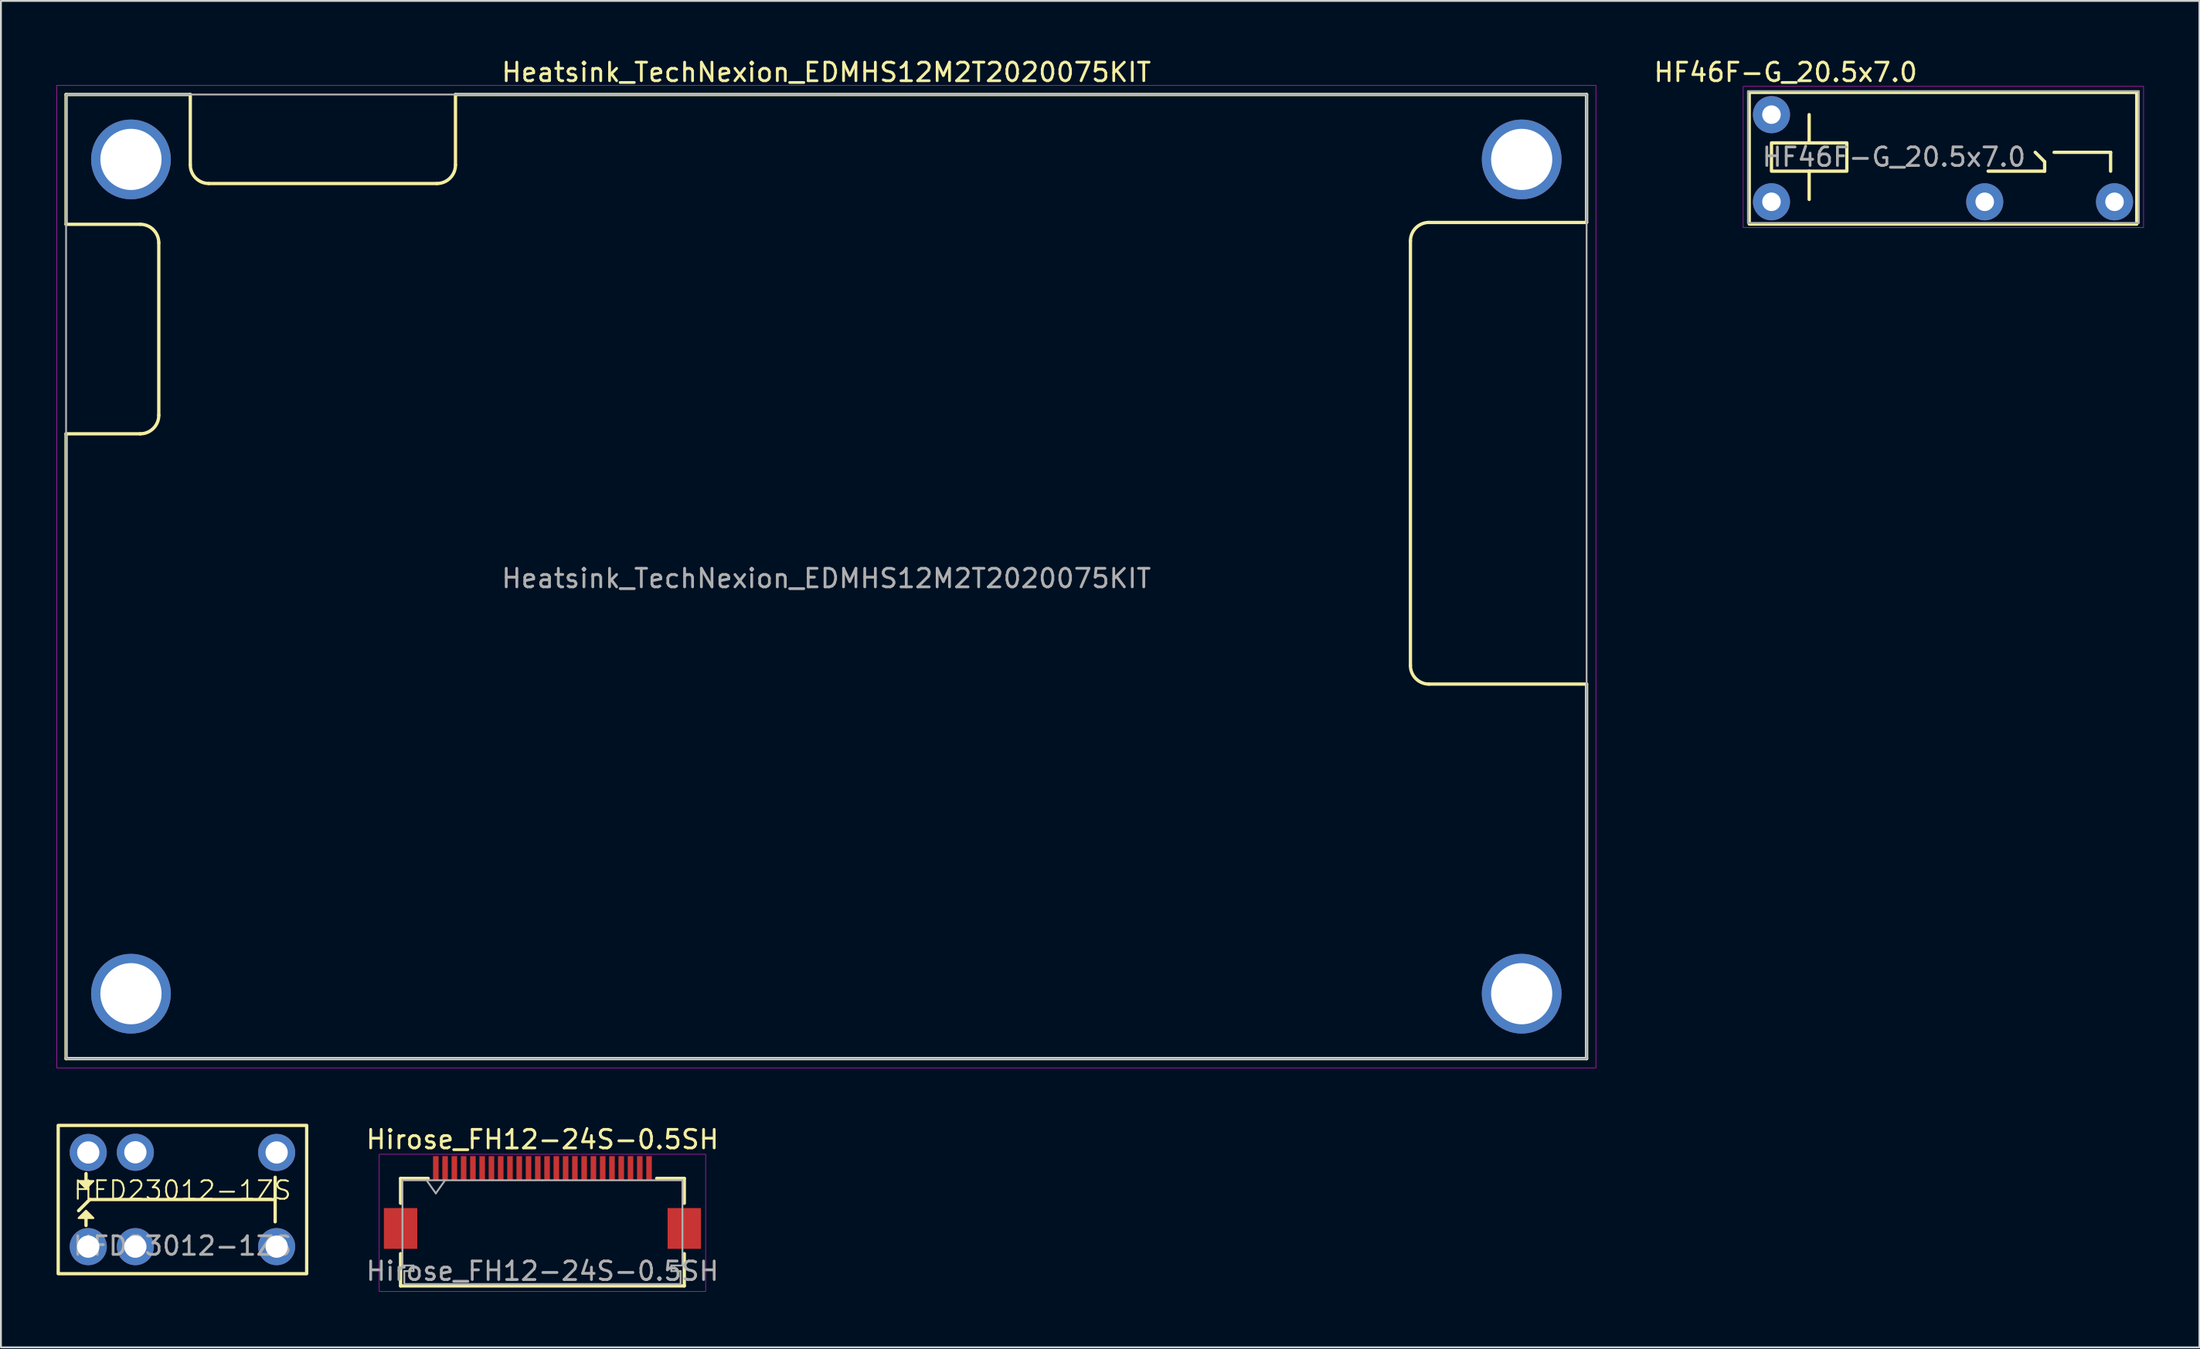
<source format=kicad_pcb>
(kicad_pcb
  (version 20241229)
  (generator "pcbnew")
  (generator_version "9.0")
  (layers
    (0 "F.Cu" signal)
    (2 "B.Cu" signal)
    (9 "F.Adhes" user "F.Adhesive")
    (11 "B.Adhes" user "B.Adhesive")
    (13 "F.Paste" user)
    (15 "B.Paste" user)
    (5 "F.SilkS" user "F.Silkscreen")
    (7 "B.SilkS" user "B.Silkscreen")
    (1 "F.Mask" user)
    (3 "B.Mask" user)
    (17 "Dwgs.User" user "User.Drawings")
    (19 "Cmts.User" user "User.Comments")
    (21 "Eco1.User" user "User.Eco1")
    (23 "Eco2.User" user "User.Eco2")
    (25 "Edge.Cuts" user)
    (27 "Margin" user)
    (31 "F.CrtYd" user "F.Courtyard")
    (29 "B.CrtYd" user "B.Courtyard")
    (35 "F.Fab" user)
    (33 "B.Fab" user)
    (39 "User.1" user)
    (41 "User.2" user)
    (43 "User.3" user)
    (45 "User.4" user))
  (footprint "HFD23012-1ZS"
    (layer "F.Cu")
    (at 6.789 61.65)
    (property "Reference" "HFD23012-1ZS" (at 0 -0.5 0) (unlocked yes) (layer "F.SilkS") (effects (font (size 1 1) (thickness 0.1))))
    (attr through_hole)
    (fp_line (start -5.6 0.6) (end -5 0) (stroke (width 0.178) (type solid)) (layer "F.SilkS"))
    (fp_line (start -5.2 -1.4) (end -5.2 -1) (stroke (width 0.178) (type solid)) (layer "F.SilkS"))
    (fp_line (start -5.2 1.4) (end -5.2 1) (stroke (width 0.178) (type solid)) (layer "F.SilkS"))
    (fp_line (start -5 0) (end 5 0) (stroke (width 0.178) (type solid)) (layer "F.SilkS"))
    (fp_line (start 5 1.2) (end 5 -1.2) (stroke (width 0.178) (type solid)) (layer "F.SilkS"))
    (fp_rect (start -6.7 -4) (end 6.7 4) (stroke (width 0.178) (type solid)) (fill no) (layer "F.SilkS"))
    (fp_poly (pts (xy -5.6 -1) (xy -4.8 -1) (xy -5.2 -0.6)) (stroke (width 0.1) (type solid)) (fill yes) (layer "F.SilkS"))
    (fp_poly (pts (xy -4.8 1) (xy -5.6 1) (xy -5.2 0.6)) (stroke (width 0.1) (type solid)) (fill yes) (layer "F.SilkS"))
    (fp_text user "${REFERENCE}" (at 0 2.5 0) (unlocked yes) (layer "F.Fab") (effects (font (size 1 1) (thickness 0.15))))
    (pad "1" thru_hole circle (at -5.08 -2.54) (size 2 2) (drill 1.2) (layers "*.Cu" "*.Mask"))
    (pad "2" thru_hole circle (at -2.54 -2.55) (size 2 2) (drill 1.2) (layers "*.Cu" "*.Mask"))
    (pad "3" thru_hole circle (at 5.08 -2.54) (size 2 2) (drill 1.2) (layers "*.Cu" "*.Mask"))
    (pad "4" thru_hole circle (at 5.08 2.54) (size 2 2) (drill 1.2) (layers "*.Cu" "*.Mask"))
    (pad "5" thru_hole circle (at -2.54 2.54) (size 2 2) (drill 1.2) (layers "*.Cu" "*.Mask"))
    (pad "6" thru_hole circle (at -5.08 2.54) (size 2 2) (drill 1.2) (layers "*.Cu" "*.Mask")))
  (footprint "Heatsink_TechNexion_EDMHS12M2T2020075KIT"
    (layer "F.Cu")
    (at 41.513 28.048)
    (property "Reference" "Heatsink_TechNexion_EDMHS12M2T2020075KIT" (at 0 -27.2 0) (unlocked yes) (layer "F.SilkS") (effects (font (size 1 1) (thickness 0.15))))
    (attr through_hole)
    (fp_line (start -41 -26) (end -34.3 -26) (stroke (width 0.178) (type solid)) (layer "F.SilkS"))
    (fp_line (start -41 -19) (end -41 -26) (stroke (width 0.178) (type solid)) (layer "F.SilkS"))
    (fp_line (start -41 26) (end -41 -7.7) (stroke (width 0.178) (type solid)) (layer "F.SilkS"))
    (fp_line (start -41 26) (end 41 26) (stroke (width 0.178) (type solid)) (layer "F.SilkS"))
    (fp_line (start -37 -19) (end -41 -19) (stroke (width 0.178) (type solid)) (layer "F.SilkS"))
    (fp_line (start -37 -7.7) (end -41 -7.7) (stroke (width 0.178) (type solid)) (layer "F.SilkS"))
    (fp_line (start -36 -8.7) (end -36 -18) (stroke (width 0.178) (type solid)) (layer "F.SilkS"))
    (fp_line (start -34.3 -26) (end -34.3 -22.2) (stroke (width 0.178) (type solid)) (layer "F.SilkS"))
    (fp_line (start -33.3 -21.2) (end -21 -21.2) (stroke (width 0.178) (type solid)) (layer "F.SilkS"))
    (fp_line (start -20 -26) (end 41 -26) (stroke (width 0.178) (type solid)) (layer "F.SilkS"))
    (fp_line (start -20 -22.2) (end -20 -26) (stroke (width 0.178) (type solid)) (layer "F.SilkS"))
    (fp_line (start 31.5 4.8) (end 31.5 -18.1) (stroke (width 0.178) (type solid)) (layer "F.SilkS"))
    (fp_line (start 32.5 -19.1) (end 41 -19.1) (stroke (width 0.178) (type solid)) (layer "F.SilkS"))
    (fp_line (start 41 -19.1) (end 41 -26) (stroke (width 0.178) (type solid)) (layer "F.SilkS"))
    (fp_line (start 41 5.8) (end 32.5 5.8) (stroke (width 0.178) (type solid)) (layer "F.SilkS"))
    (fp_line (start 41 26) (end 41 5.8) (stroke (width 0.178) (type solid)) (layer "F.SilkS"))
    (fp_arc (start -37 -19) (mid -36.292894 -18.707107) (end -36 -18) (stroke (width 0.1778) (type solid)) (layer "F.SilkS"))
    (fp_arc (start -36 -8.7) (mid -36.292893 -7.992894) (end -37 -7.7) (stroke (width 0.1778) (type solid)) (layer "F.SilkS"))
    (fp_arc (start -33.3 -21.2) (mid -34.007106 -21.492893) (end -34.3 -22.2) (stroke (width 0.1778) (type solid)) (layer "F.SilkS"))
    (fp_arc (start -20 -22.2) (mid -20.292893 -21.492894) (end -21 -21.2) (stroke (width 0.1778) (type solid)) (layer "F.SilkS"))
    (fp_arc (start 31.5 -18.1) (mid 31.792893 -18.807106) (end 32.5 -19.1) (stroke (width 0.1778) (type solid)) (layer "F.SilkS"))
    (fp_arc (start 32.5 5.8) (mid 31.792894 5.507107) (end 31.5 4.8) (stroke (width 0.1778) (type solid)) (layer "F.SilkS"))
    (fp_rect (start -41.5 -26.5) (end 41.5 26.5) (stroke (width 0.025) (type solid)) (fill no) (layer "F.CrtYd"))
    (fp_rect (start -41 -26) (end 41 26) (stroke (width 0.1) (type solid)) (fill no) (layer "F.Fab"))
    (fp_text user "${REFERENCE}" (at 0 0.1 0) (unlocked yes) (layer "F.Fab") (effects (font (size 1 1) (thickness 0.15))))
    (pad "1" thru_hole circle (at -37.5 -22.5) (size 4.3 4.3) (drill 3.3) (layers "*.Cu" "*.Mask"))
    (pad "2" thru_hole circle (at -37.5 22.5) (size 4.3 4.3) (drill 3.3) (layers "*.Cu" "*.Mask"))
    (pad "3" thru_hole circle (at 37.5 22.5) (size 4.3 4.3) (drill 3.3) (layers "*.Cu" "*.Mask"))
    (pad "4" thru_hole circle (at 37.5 -22.5) (size 4.3 4.3) (drill 3.3) (layers "*.Cu" "*.Mask")))
  (footprint "HF46F-G_20.5x7.0"
    (layer "F.Cu")
    (at 92.484 3.134)
    (property "Reference" "HF46F-G_20.5x7.0" (at 0.762 -2.286 0) (unlocked yes) (layer "F.SilkS") (effects (font (size 1 1) (thickness 0.15))))
    (attr through_hole)
    (fp_line (start 2.032 0) (end 2.032 1.524) (stroke (width 0.178) (type solid)) (layer "F.SilkS"))
    (fp_line (start 2.032 4.572) (end 2.032 3.048) (stroke (width 0.178) (type solid)) (layer "F.SilkS"))
    (fp_line (start 11.684 3.048) (end 14.732 3.048) (stroke (width 0.178) (type solid)) (layer "F.SilkS"))
    (fp_line (start 14.732 2.54) (end 14.224 2.032) (stroke (width 0.178) (type solid)) (layer "F.SilkS"))
    (fp_line (start 14.732 3.048) (end 14.732 2.54) (stroke (width 0.178) (type solid)) (layer "F.SilkS"))
    (fp_line (start 15.24 2.032) (end 18.288 2.032) (stroke (width 0.178) (type solid)) (layer "F.SilkS"))
    (fp_line (start 18.288 2.032) (end 18.288 3.048) (stroke (width 0.178) (type solid)) (layer "F.SilkS"))
    (fp_rect (start -1.2 -1.2) (end 19.7 5.9) (stroke (width 0.178) (type solid)) (fill no) (layer "F.SilkS"))
    (fp_rect (start 0 1.524) (end 4.064 3.048) (stroke (width 0.178) (type solid)) (fill no) (layer "F.SilkS"))
    (fp_rect (start -1.524 -1.524) (end 20.066 6.096) (stroke (width 0.025) (type solid)) (fill no) (layer "F.CrtYd"))
    (fp_rect (start -1.27 -1.27) (end 19.812 5.842) (stroke (width 0.1) (type solid)) (fill no) (layer "F.Fab"))
    (fp_text user "${REFERENCE}" (at 6.604 2.286 0) (unlocked yes) (layer "F.Fab") (effects (font (size 1 1) (thickness 0.15))))
    (pad "1" thru_hole circle (at 0 0) (size 2 2) (drill 1) (layers "*.Cu" "*.Mask"))
    (pad "2" thru_hole circle (at 0 4.7) (size 2 2) (drill 1) (layers "*.Cu" "*.Mask"))
    (pad "3" thru_hole circle (at 11.5 4.7) (size 2 2) (drill 1) (layers "*.Cu" "*.Mask"))
    (pad "4" thru_hole circle (at 18.5 4.7) (size 2 2) (drill 1) (layers "*.Cu" "*.Mask")))
  (footprint "Hirose_FH12-24S-0.5SH"
    (layer "F.Cu")
    (at 26.203 61.809)
    (property "Reference" "Hirose_FH12-24S-0.5SH" (at 0 -3.4 0) (layer "F.SilkS") (effects (font (size 1 1) (thickness 0.15))))
    (attr smd)
    (fp_line (start -7.65 -1.3) (end -7.65 0.04) (stroke (width 0.178) (type solid)) (layer "F.SilkS"))
    (fp_line (start -7.65 2.76) (end -7.65 4.5) (stroke (width 0.178) (type solid)) (layer "F.SilkS"))
    (fp_line (start -7.65 4.5) (end 7.65 4.5) (stroke (width 0.178) (type solid)) (layer "F.SilkS"))
    (fp_line (start -6.16 -1.3) (end -7.65 -1.3) (stroke (width 0.178) (type solid)) (layer "F.SilkS"))
    (fp_line (start 6.16 -1.3) (end 7.65 -1.3) (stroke (width 0.178) (type solid)) (layer "F.SilkS"))
    (fp_line (start 7.65 -1.3) (end 7.65 0.04) (stroke (width 0.178) (type solid)) (layer "F.SilkS"))
    (fp_line (start 7.65 4.5) (end 7.65 2.76) (stroke (width 0.178) (type solid)) (layer "F.SilkS"))
    (fp_rect (start -8.8 -2.6) (end 8.8 4.8) (stroke (width 0.025) (type default)) (fill no) (layer "F.CrtYd"))
    (fp_line (start -7.55 -1.2) (end -7.55 3.4) (stroke (width 0.1) (type solid)) (layer "F.Fab"))
    (fp_line (start -7.55 3.4) (end -6.95 3.4) (stroke (width 0.1) (type solid)) (layer "F.Fab"))
    (fp_line (start -7.45 3.7) (end -7.45 4.4) (stroke (width 0.1) (type solid)) (layer "F.Fab"))
    (fp_line (start -7.45 4.4) (end 0 4.4) (stroke (width 0.1) (type solid)) (layer "F.Fab"))
    (fp_line (start -6.95 3.4) (end -6.95 3.7) (stroke (width 0.1) (type solid)) (layer "F.Fab"))
    (fp_line (start -6.95 3.7) (end -7.45 3.7) (stroke (width 0.1) (type solid)) (layer "F.Fab"))
    (fp_line (start -6.25 -1.2) (end -5.75 -0.493) (stroke (width 0.1) (type solid)) (layer "F.Fab"))
    (fp_line (start -5.75 -0.493) (end -5.25 -1.2) (stroke (width 0.1) (type solid)) (layer "F.Fab"))
    (fp_line (start 0 -1.2) (end -7.55 -1.2) (stroke (width 0.1) (type solid)) (layer "F.Fab"))
    (fp_line (start 0 -1.2) (end 7.55 -1.2) (stroke (width 0.1) (type solid)) (layer "F.Fab"))
    (fp_line (start 6.95 3.4) (end 6.95 3.7) (stroke (width 0.1) (type solid)) (layer "F.Fab"))
    (fp_line (start 6.95 3.7) (end 7.45 3.7) (stroke (width 0.1) (type solid)) (layer "F.Fab"))
    (fp_line (start 7.45 3.7) (end 7.45 4.4) (stroke (width 0.1) (type solid)) (layer "F.Fab"))
    (fp_line (start 7.45 4.4) (end 0 4.4) (stroke (width 0.1) (type solid)) (layer "F.Fab"))
    (fp_line (start 7.55 -1.2) (end 7.55 3.4) (stroke (width 0.1) (type solid)) (layer "F.Fab"))
    (fp_line (start 7.55 3.4) (end 6.95 3.4) (stroke (width 0.1) (type solid)) (layer "F.Fab"))
    (fp_text user "${REFERENCE}" (at 0 3.7 0) (layer "F.Fab") (effects (font (size 1 1) (thickness 0.15))))
    (pad "1" smd rect (at 5.75 -1.85) (size 0.3 1.3) (layers "F.Cu" "F.Mask" "F.Paste"))
    (pad "2" smd rect (at 5.25 -1.85) (size 0.3 1.3) (layers "F.Cu" "F.Mask" "F.Paste"))
    (pad "3" smd rect (at 4.75 -1.85) (size 0.3 1.3) (layers "F.Cu" "F.Mask" "F.Paste"))
    (pad "4" smd rect (at 4.25 -1.85) (size 0.3 1.3) (layers "F.Cu" "F.Mask" "F.Paste"))
    (pad "5" smd rect (at 3.75 -1.85) (size 0.3 1.3) (layers "F.Cu" "F.Mask" "F.Paste"))
    (pad "6" smd rect (at 3.25 -1.85) (size 0.3 1.3) (layers "F.Cu" "F.Mask" "F.Paste"))
    (pad "7" smd rect (at 2.75 -1.85) (size 0.3 1.3) (layers "F.Cu" "F.Mask" "F.Paste"))
    (pad "8" smd rect (at 2.25 -1.85) (size 0.3 1.3) (layers "F.Cu" "F.Mask" "F.Paste"))
    (pad "9" smd rect (at 1.75 -1.85) (size 0.3 1.3) (layers "F.Cu" "F.Mask" "F.Paste"))
    (pad "10" smd rect (at 1.25 -1.85) (size 0.3 1.3) (layers "F.Cu" "F.Mask" "F.Paste"))
    (pad "11" smd rect (at 0.75 -1.85) (size 0.3 1.3) (layers "F.Cu" "F.Mask" "F.Paste"))
    (pad "12" smd rect (at 0.25 -1.85) (size 0.3 1.3) (layers "F.Cu" "F.Mask" "F.Paste"))
    (pad "13" smd rect (at -0.25 -1.85) (size 0.3 1.3) (layers "F.Cu" "F.Mask" "F.Paste"))
    (pad "14" smd rect (at -0.75 -1.85) (size 0.3 1.3) (layers "F.Cu" "F.Mask" "F.Paste"))
    (pad "15" smd rect (at -1.25 -1.85) (size 0.3 1.3) (layers "F.Cu" "F.Mask" "F.Paste"))
    (pad "16" smd rect (at -1.75 -1.85) (size 0.3 1.3) (layers "F.Cu" "F.Mask" "F.Paste"))
    (pad "17" smd rect (at -2.25 -1.85) (size 0.3 1.3) (layers "F.Cu" "F.Mask" "F.Paste"))
    (pad "18" smd rect (at -2.75 -1.85) (size 0.3 1.3) (layers "F.Cu" "F.Mask" "F.Paste"))
    (pad "19" smd rect (at -3.25 -1.85) (size 0.3 1.3) (layers "F.Cu" "F.Mask" "F.Paste"))
    (pad "20" smd rect (at -3.75 -1.85) (size 0.3 1.3) (layers "F.Cu" "F.Mask" "F.Paste"))
    (pad "21" smd rect (at -4.25 -1.85) (size 0.3 1.3) (layers "F.Cu" "F.Mask" "F.Paste"))
    (pad "22" smd rect (at -4.75 -1.85) (size 0.3 1.3) (layers "F.Cu" "F.Mask" "F.Paste"))
    (pad "23" smd rect (at -5.25 -1.85) (size 0.3 1.3) (layers "F.Cu" "F.Mask" "F.Paste"))
    (pad "24" smd rect (at -5.75 -1.85) (size 0.3 1.3) (layers "F.Cu" "F.Mask" "F.Paste"))
    (pad "SH" smd rect (at -7.65 1.4) (size 1.8 2.2) (layers "F.Cu" "F.Mask" "F.Paste"))
    (pad "SH" smd rect (at 7.65 1.4) (size 1.8 2.2) (layers "F.Cu" "F.Mask" "F.Paste")))
  (gr_rect
    (start -3 -3)
    (end 115.562 69.622)
    (stroke (width 0.1) (type default))
    (fill no)
    (layer "Edge.Cuts")))
</source>
